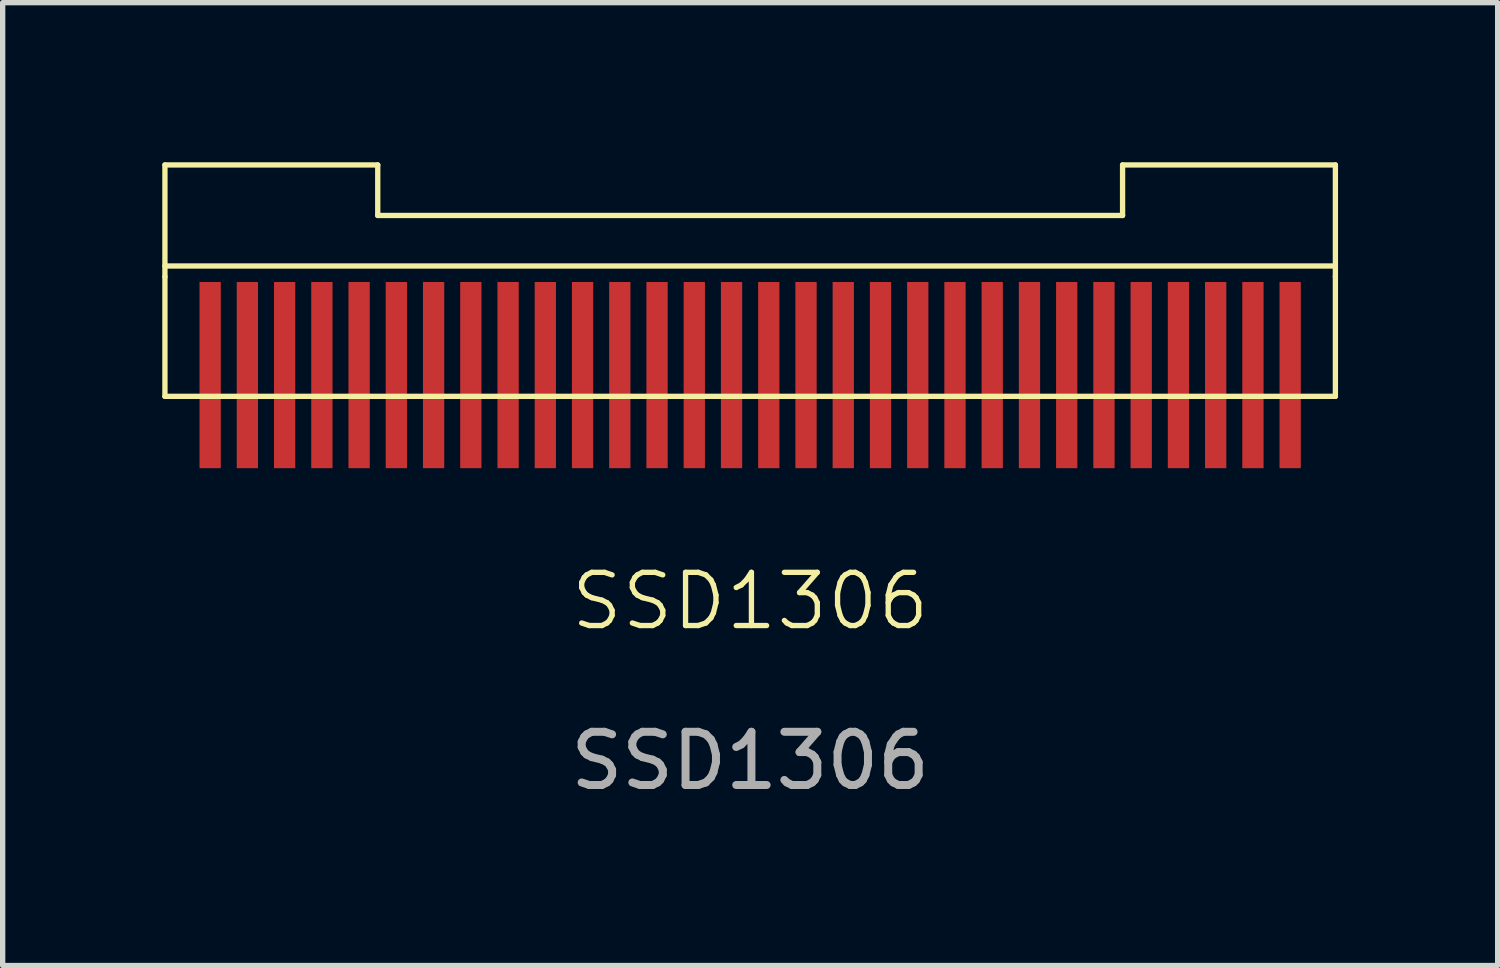
<source format=kicad_pcb>
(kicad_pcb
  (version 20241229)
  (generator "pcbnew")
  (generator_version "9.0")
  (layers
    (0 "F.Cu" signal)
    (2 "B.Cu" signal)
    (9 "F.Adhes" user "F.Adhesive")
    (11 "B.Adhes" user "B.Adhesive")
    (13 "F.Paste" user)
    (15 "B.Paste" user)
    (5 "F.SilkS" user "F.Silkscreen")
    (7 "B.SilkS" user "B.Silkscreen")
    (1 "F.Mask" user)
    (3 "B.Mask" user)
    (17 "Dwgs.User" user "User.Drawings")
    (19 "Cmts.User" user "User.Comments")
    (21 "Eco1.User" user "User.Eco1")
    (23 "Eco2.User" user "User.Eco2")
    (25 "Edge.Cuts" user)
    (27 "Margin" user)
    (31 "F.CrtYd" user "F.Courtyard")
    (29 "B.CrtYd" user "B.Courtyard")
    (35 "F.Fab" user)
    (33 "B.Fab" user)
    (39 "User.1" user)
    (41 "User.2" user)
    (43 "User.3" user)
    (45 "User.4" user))
  (footprint "SSD1306"
    (layer "F.Cu")
    (at 11.05 4)
    (property "Reference" "SSD1306" (at 0 4.25 0) (unlocked yes) (layer "F.SilkS") (effects (font (size 1 1) (thickness 0.1))))
    (attr smd)
    (fp_line (start -11 -3.95) (end -11 -1.85) (stroke (width 0.1) (type default)) (layer "F.SilkS"))
    (fp_line (start -11 -1.85) (end -11 0.4) (stroke (width 0.1) (type default)) (layer "F.SilkS"))
    (fp_line (start -7 -3.95) (end -11 -3.95) (stroke (width 0.1) (type default)) (layer "F.SilkS"))
    (fp_line (start -7 -3) (end -7 -3.95) (stroke (width 0.1) (type solid)) (layer "F.SilkS"))
    (fp_line (start 7 -3.95) (end 7 -3) (stroke (width 0.1) (type solid)) (layer "F.SilkS"))
    (fp_line (start 7 -3) (end -7 -3) (stroke (width 0.1) (type solid)) (layer "F.SilkS"))
    (fp_line (start 11 -3.95) (end 7 -3.95) (stroke (width 0.1) (type default)) (layer "F.SilkS"))
    (fp_line (start 11 -2.05) (end -11 -2.05) (stroke (width 0.1) (type default)) (layer "F.SilkS"))
    (fp_line (start 11 -1.85) (end 11 -3.95) (stroke (width 0.1) (type solid)) (layer "F.SilkS"))
    (fp_line (start 11 0.4) (end -11 0.4) (stroke (width 0.1) (type solid)) (layer "F.SilkS"))
    (fp_line (start 11 0.4) (end 11 -1.85) (stroke (width 0.1) (type default)) (layer "F.SilkS"))
    (fp_text user "${REFERENCE}" (at 0 7.25 0) (unlocked yes) (layer "F.Fab") (effects (font (size 1 1) (thickness 0.15))))
    (pad "1" smd rect (at 10.15 0) (size 0.4 3.5) (layers "F.Cu" "F.Mask" "F.Paste"))
    (pad "2" smd rect (at 9.45 0) (size 0.4 3.5) (layers "F.Cu" "F.Mask" "F.Paste"))
    (pad "3" smd rect (at 8.75 0) (size 0.4 3.5) (layers "F.Cu" "F.Mask" "F.Paste"))
    (pad "4" smd rect (at 8.05 0) (size 0.4 3.5) (layers "F.Cu" "F.Mask" "F.Paste"))
    (pad "5" smd rect (at 7.35 0) (size 0.4 3.5) (layers "F.Cu" "F.Mask" "F.Paste"))
    (pad "6" smd rect (at 6.65 0) (size 0.4 3.5) (layers "F.Cu" "F.Mask" "F.Paste"))
    (pad "7" smd rect (at 5.95 0) (size 0.4 3.5) (layers "F.Cu" "F.Mask" "F.Paste"))
    (pad "8" smd rect (at 5.25 0) (size 0.4 3.5) (layers "F.Cu" "F.Mask" "F.Paste"))
    (pad "9" smd rect (at 4.55 0) (size 0.4 3.5) (layers "F.Cu" "F.Mask" "F.Paste"))
    (pad "10" smd rect (at 3.85 0) (size 0.4 3.5) (layers "F.Cu" "F.Mask" "F.Paste"))
    (pad "11" smd rect (at 3.15 0) (size 0.4 3.5) (layers "F.Cu" "F.Mask" "F.Paste"))
    (pad "12" smd rect (at 2.45 0) (size 0.4 3.5) (layers "F.Cu" "F.Mask" "F.Paste"))
    (pad "13" smd rect (at 1.75 0) (size 0.4 3.5) (layers "F.Cu" "F.Mask" "F.Paste"))
    (pad "14" smd rect (at 1.05 0) (size 0.4 3.5) (layers "F.Cu" "F.Mask" "F.Paste"))
    (pad "15" smd rect (at 0.35 0) (size 0.4 3.5) (layers "F.Cu" "F.Mask" "F.Paste"))
    (pad "16" smd rect (at -0.35 0) (size 0.4 3.5) (layers "F.Cu" "F.Mask" "F.Paste"))
    (pad "17" smd rect (at -1.05 0) (size 0.4 3.5) (layers "F.Cu" "F.Mask" "F.Paste"))
    (pad "18" smd rect (at -1.75 0) (size 0.4 3.5) (layers "F.Cu" "F.Mask" "F.Paste"))
    (pad "19" smd rect (at -2.45 0) (size 0.4 3.5) (layers "F.Cu" "F.Mask" "F.Paste"))
    (pad "20" smd rect (at -3.15 0) (size 0.4 3.5) (layers "F.Cu" "F.Mask" "F.Paste"))
    (pad "21" smd rect (at -3.85 0) (size 0.4 3.5) (layers "F.Cu" "F.Mask" "F.Paste"))
    (pad "22" smd rect (at -4.55 0) (size 0.4 3.5) (layers "F.Cu" "F.Mask" "F.Paste"))
    (pad "23" smd rect (at -5.25 0) (size 0.4 3.5) (layers "F.Cu" "F.Mask" "F.Paste"))
    (pad "24" smd rect (at -5.95 0) (size 0.4 3.5) (layers "F.Cu" "F.Mask" "F.Paste"))
    (pad "25" smd rect (at -6.65 0) (size 0.4 3.5) (layers "F.Cu" "F.Mask" "F.Paste"))
    (pad "26" smd rect (at -7.35 0) (size 0.4 3.5) (layers "F.Cu" "F.Mask" "F.Paste"))
    (pad "27" smd rect (at -8.05 0) (size 0.4 3.5) (layers "F.Cu" "F.Mask" "F.Paste"))
    (pad "28" smd rect (at -8.75 0) (size 0.4 3.5) (layers "F.Cu" "F.Mask" "F.Paste"))
    (pad "29" smd rect (at -9.45 0) (size 0.4 3.5) (layers "F.Cu" "F.Mask" "F.Paste"))
    (pad "30" smd rect (at -10.15 0) (size 0.4 3.5) (layers "F.Cu" "F.Mask" "F.Paste")))
  (gr_rect
    (start -3 -3)
    (end 25.1 15.098)
    (stroke (width 0.1) (type default))
    (fill no)
    (layer "Edge.Cuts")))
</source>
